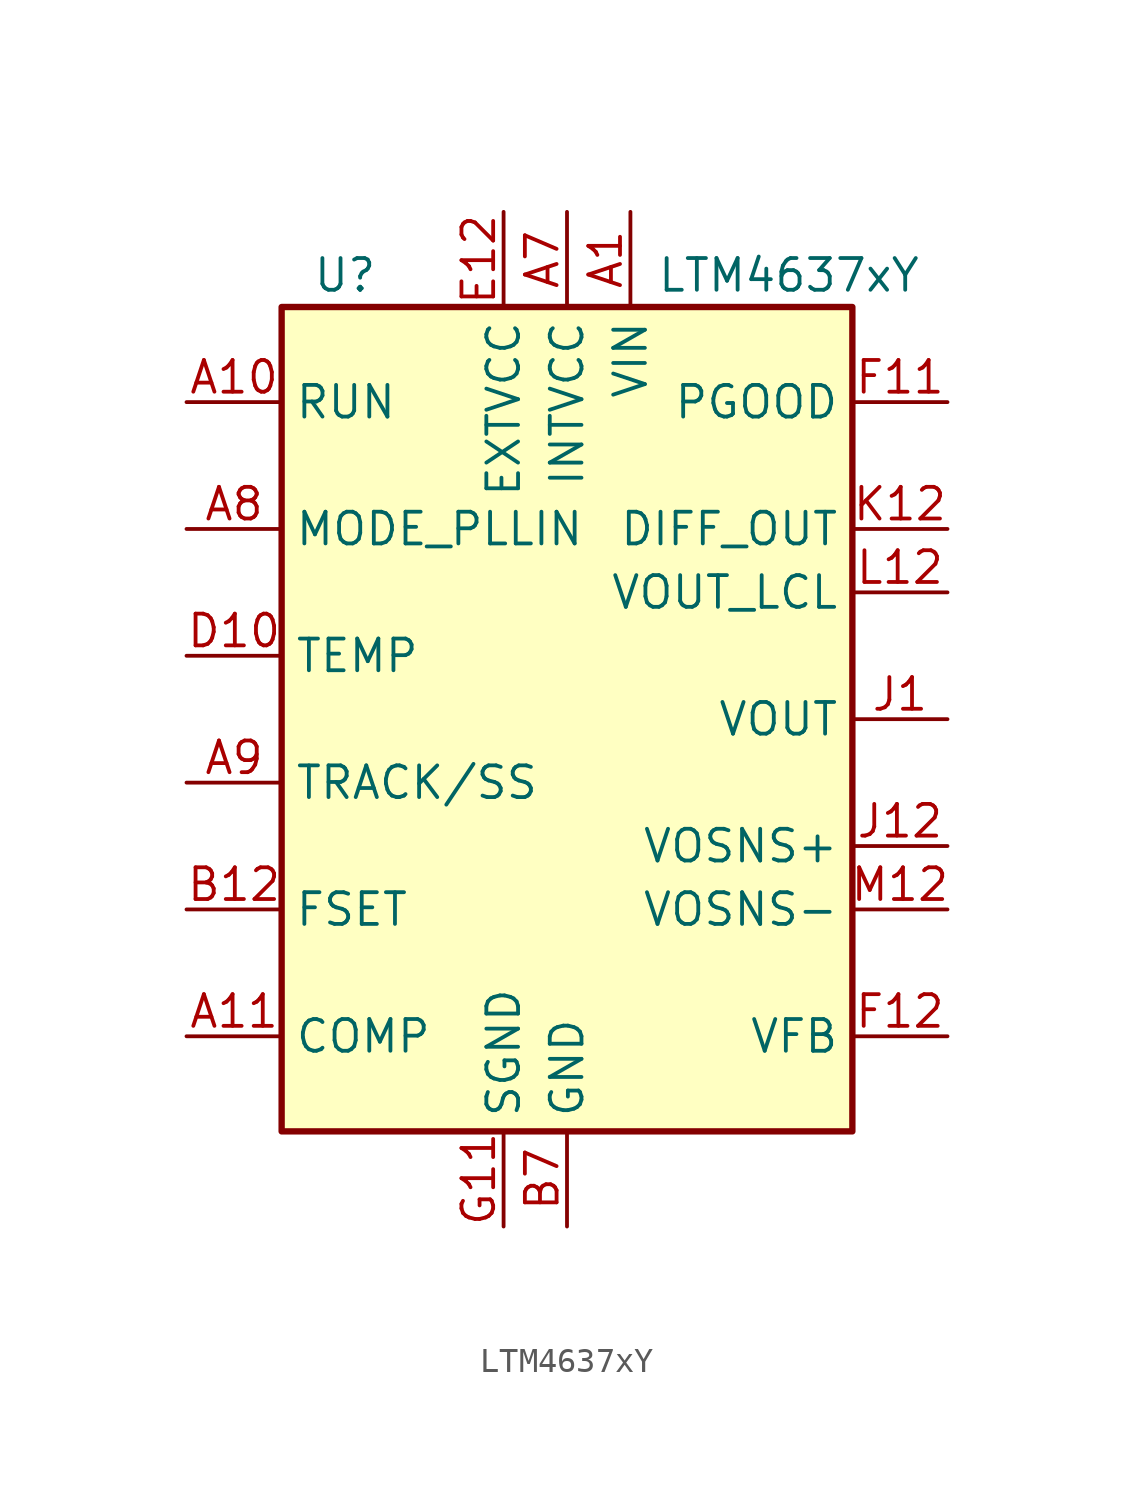
<source format=kicad_sym>
(kicad_symbol_lib
  (version 20201005)
  (generator kicad_symbol_editor)
  (symbol "Regulator_Switching:LTM4637xY"
    (property "Reference" "U"
      (at -8.89 17.78 0)
      (effects (font (size 1.27 1.27))))
    (property "Value" "LTM4637xY"
      (at 8.89 17.78 0)
      (effects (font (size 1.27 1.27))))
    (symbol "LTM4637xY_0_1"
      (rectangle (start 11.43 16.51) (end -11.43 -16.51) (stroke (width 0.254)) (fill (type background))))
    (symbol "LTM4637xY_1_1"
      (pin power_in line (at 2.54 20.32 270) (length 3.81) (name "VIN" (effects (font (size 1.27 1.27)))) (number "A1" (effects (font (size 1.27 1.27)))))
      (pin input line (at -15.24 12.7 0) (length 3.81) (name "RUN" (effects (font (size 1.27 1.27)))) (number "A10" (effects (font (size 1.27 1.27)))))
      (pin passive line (at -15.24 -12.7 0) (length 3.81) (name "COMP" (effects (font (size 1.27 1.27)))) (number "A11" (effects (font (size 1.27 1.27)))))
      (pin no_connect line (at -10.16 -15.24 90) (length 2.54) hide (name "MTP1" (effects (font (size 1.27 1.27)))) (number "A12" (effects (font (size 1.27 1.27)))))
      (pin passive line (at 2.54 20.32 270) (length 3.81) hide (name "VIN" (effects (font (size 1.27 1.27)))) (number "A2" (effects (font (size 1.27 1.27)))))
      (pin passive line (at 2.54 20.32 270) (length 3.81) hide (name "VIN" (effects (font (size 1.27 1.27)))) (number "A3" (effects (font (size 1.27 1.27)))))
      (pin passive line (at 2.54 20.32 270) (length 3.81) hide (name "VIN" (effects (font (size 1.27 1.27)))) (number "A4" (effects (font (size 1.27 1.27)))))
      (pin passive line (at 2.54 20.32 270) (length 3.81) hide (name "VIN" (effects (font (size 1.27 1.27)))) (number "A5" (effects (font (size 1.27 1.27)))))
      (pin passive line (at 2.54 20.32 270) (length 3.81) hide (name "VIN" (effects (font (size 1.27 1.27)))) (number "A6" (effects (font (size 1.27 1.27)))))
      (pin power_out line (at 0 20.32 270) (length 3.81) (name "INTVCC" (effects (font (size 1.27 1.27)))) (number "A7" (effects (font (size 1.27 1.27)))))
      (pin input line (at -15.24 7.62 0) (length 3.81) (name "MODE_PLLIN" (effects (font (size 1.27 1.27)))) (number "A8" (effects (font (size 1.27 1.27)))))
      (pin passive line (at -15.24 -2.54 0) (length 3.81) (name "TRACK/SS" (effects (font (size 1.27 1.27)))) (number "A9" (effects (font (size 1.27 1.27)))))
      (pin passive line (at 2.54 20.32 270) (length 3.81) hide (name "VIN" (effects (font (size 1.27 1.27)))) (number "B1" (effects (font (size 1.27 1.27)))))
      (pin no_connect line (at -7.62 -15.24 90) (length 2.54) hide (name "MTP2" (effects (font (size 1.27 1.27)))) (number "B11" (effects (font (size 1.27 1.27)))))
      (pin passive line (at -15.24 -7.62 0) (length 3.81) (name "FSET" (effects (font (size 1.27 1.27)))) (number "B12" (effects (font (size 1.27 1.27)))))
      (pin passive line (at 2.54 20.32 270) (length 3.81) hide (name "VIN" (effects (font (size 1.27 1.27)))) (number "B2" (effects (font (size 1.27 1.27)))))
      (pin passive line (at 2.54 20.32 270) (length 3.81) hide (name "VIN" (effects (font (size 1.27 1.27)))) (number "B3" (effects (font (size 1.27 1.27)))))
      (pin passive line (at 2.54 20.32 270) (length 3.81) hide (name "VIN" (effects (font (size 1.27 1.27)))) (number "B4" (effects (font (size 1.27 1.27)))))
      (pin passive line (at 2.54 20.32 270) (length 3.81) hide (name "VIN" (effects (font (size 1.27 1.27)))) (number "B5" (effects (font (size 1.27 1.27)))))
      (pin passive line (at 2.54 20.32 270) (length 3.81) hide (name "VIN" (effects (font (size 1.27 1.27)))) (number "B6" (effects (font (size 1.27 1.27)))))
      (pin power_in line (at 0 -20.32 90) (length 3.81) (name "GND" (effects (font (size 1.27 1.27)))) (number "B7" (effects (font (size 1.27 1.27)))))
      (pin passive line (at 0 -20.32 90) (length 3.81) hide (name "GND" (effects (font (size 1.27 1.27)))) (number "B9" (effects (font (size 1.27 1.27)))))
      (pin passive line (at 2.54 20.32 270) (length 3.81) hide (name "VIN" (effects (font (size 1.27 1.27)))) (number "C1" (effects (font (size 1.27 1.27)))))
      (pin no_connect line (at -5.08 -15.24 90) (length 2.54) hide (name "MTP3" (effects (font (size 1.27 1.27)))) (number "C10" (effects (font (size 1.27 1.27)))))
      (pin no_connect line (at 2.54 -15.24 90) (length 2.54) hide (name "MTP4" (effects (font (size 1.27 1.27)))) (number "C11" (effects (font (size 1.27 1.27)))))
      (pin no_connect line (at 5.08 -15.24 90) (length 2.54) hide (name "MTP5" (effects (font (size 1.27 1.27)))) (number "C12" (effects (font (size 1.27 1.27)))))
      (pin passive line (at 2.54 20.32 270) (length 3.81) hide (name "VIN" (effects (font (size 1.27 1.27)))) (number "C2" (effects (font (size 1.27 1.27)))))
      (pin passive line (at 2.54 20.32 270) (length 3.81) hide (name "VIN" (effects (font (size 1.27 1.27)))) (number "C3" (effects (font (size 1.27 1.27)))))
      (pin passive line (at 2.54 20.32 270) (length 3.81) hide (name "VIN" (effects (font (size 1.27 1.27)))) (number "C4" (effects (font (size 1.27 1.27)))))
      (pin passive line (at 2.54 20.32 270) (length 3.81) hide (name "VIN" (effects (font (size 1.27 1.27)))) (number "C5" (effects (font (size 1.27 1.27)))))
      (pin passive line (at 2.54 20.32 270) (length 3.81) hide (name "VIN" (effects (font (size 1.27 1.27)))) (number "C6" (effects (font (size 1.27 1.27)))))
      (pin passive line (at 0 -20.32 90) (length 3.81) hide (name "GND" (effects (font (size 1.27 1.27)))) (number "C7" (effects (font (size 1.27 1.27)))))
      (pin passive line (at 0 -20.32 90) (length 3.81) hide (name "GND" (effects (font (size 1.27 1.27)))) (number "C9" (effects (font (size 1.27 1.27)))))
      (pin passive line (at 0 -20.32 90) (length 3.81) hide (name "GND" (effects (font (size 1.27 1.27)))) (number "D1" (effects (font (size 1.27 1.27)))))
      (pin passive line (at -15.24 2.54 0) (length 3.81) (name "TEMP" (effects (font (size 1.27 1.27)))) (number "D10" (effects (font (size 1.27 1.27)))))
      (pin no_connect line (at 7.62 -15.24 90) (length 2.54) hide (name "MTP6" (effects (font (size 1.27 1.27)))) (number "D11" (effects (font (size 1.27 1.27)))))
      (pin no_connect line (at 10.16 -15.24 90) (length 2.54) hide (name "MTP7" (effects (font (size 1.27 1.27)))) (number "D12" (effects (font (size 1.27 1.27)))))
      (pin passive line (at 0 -20.32 90) (length 3.81) hide (name "GND" (effects (font (size 1.27 1.27)))) (number "D2" (effects (font (size 1.27 1.27)))))
      (pin passive line (at 0 -20.32 90) (length 3.81) hide (name "GND" (effects (font (size 1.27 1.27)))) (number "D3" (effects (font (size 1.27 1.27)))))
      (pin passive line (at 0 -20.32 90) (length 3.81) hide (name "GND" (effects (font (size 1.27 1.27)))) (number "D4" (effects (font (size 1.27 1.27)))))
      (pin passive line (at 0 -20.32 90) (length 3.81) hide (name "GND" (effects (font (size 1.27 1.27)))) (number "D5" (effects (font (size 1.27 1.27)))))
      (pin passive line (at 0 -20.32 90) (length 3.81) hide (name "GND" (effects (font (size 1.27 1.27)))) (number "D6" (effects (font (size 1.27 1.27)))))
      (pin passive line (at 0 -20.32 90) (length 3.81) hide (name "GND" (effects (font (size 1.27 1.27)))) (number "D8" (effects (font (size 1.27 1.27)))))
      (pin passive line (at 0 20.32 270) (length 3.81) hide (name "INTVCC" (effects (font (size 1.27 1.27)))) (number "D9" (effects (font (size 1.27 1.27)))))
      (pin passive line (at 0 -20.32 90) (length 3.81) hide (name "GND" (effects (font (size 1.27 1.27)))) (number "E1" (effects (font (size 1.27 1.27)))))
      (pin power_in line (at -2.54 20.32 270) (length 3.81) (name "EXTVCC" (effects (font (size 1.27 1.27)))) (number "E12" (effects (font (size 1.27 1.27)))))
      (pin passive line (at 0 -20.32 90) (length 3.81) hide (name "GND" (effects (font (size 1.27 1.27)))) (number "E2" (effects (font (size 1.27 1.27)))))
      (pin passive line (at 0 -20.32 90) (length 3.81) hide (name "GND" (effects (font (size 1.27 1.27)))) (number "E3" (effects (font (size 1.27 1.27)))))
      (pin passive line (at 0 -20.32 90) (length 3.81) hide (name "GND" (effects (font (size 1.27 1.27)))) (number "E4" (effects (font (size 1.27 1.27)))))
      (pin passive line (at 0 -20.32 90) (length 3.81) hide (name "GND" (effects (font (size 1.27 1.27)))) (number "E5" (effects (font (size 1.27 1.27)))))
      (pin passive line (at 0 -20.32 90) (length 3.81) hide (name "GND" (effects (font (size 1.27 1.27)))) (number "E6" (effects (font (size 1.27 1.27)))))
      (pin passive line (at 0 -20.32 90) (length 3.81) hide (name "GND" (effects (font (size 1.27 1.27)))) (number "E7" (effects (font (size 1.27 1.27)))))
      (pin passive line (at 0 -20.32 90) (length 3.81) hide (name "GND" (effects (font (size 1.27 1.27)))) (number "E9" (effects (font (size 1.27 1.27)))))
      (pin passive line (at 0 -20.32 90) (length 3.81) hide (name "GND" (effects (font (size 1.27 1.27)))) (number "F1" (effects (font (size 1.27 1.27)))))
      (pin open_collector line (at 15.24 12.7 180) (length 3.81) (name "PGOOD" (effects (font (size 1.27 1.27)))) (number "F11" (effects (font (size 1.27 1.27)))))
      (pin input line (at 15.24 -12.7 180) (length 3.81) (name "VFB" (effects (font (size 1.27 1.27)))) (number "F12" (effects (font (size 1.27 1.27)))))
      (pin passive line (at 0 -20.32 90) (length 3.81) hide (name "GND" (effects (font (size 1.27 1.27)))) (number "F2" (effects (font (size 1.27 1.27)))))
      (pin passive line (at 0 -20.32 90) (length 3.81) hide (name "GND" (effects (font (size 1.27 1.27)))) (number "F3" (effects (font (size 1.27 1.27)))))
      (pin passive line (at 0 -20.32 90) (length 3.81) hide (name "GND" (effects (font (size 1.27 1.27)))) (number "F4" (effects (font (size 1.27 1.27)))))
      (pin passive line (at 0 -20.32 90) (length 3.81) hide (name "GND" (effects (font (size 1.27 1.27)))) (number "F5" (effects (font (size 1.27 1.27)))))
      (pin passive line (at 0 -20.32 90) (length 3.81) hide (name "GND" (effects (font (size 1.27 1.27)))) (number "F6" (effects (font (size 1.27 1.27)))))
      (pin passive line (at 0 -20.32 90) (length 3.81) hide (name "GND" (effects (font (size 1.27 1.27)))) (number "F7" (effects (font (size 1.27 1.27)))))
      (pin passive line (at 0 -20.32 90) (length 3.81) hide (name "GND" (effects (font (size 1.27 1.27)))) (number "F8" (effects (font (size 1.27 1.27)))))
      (pin passive line (at 0 -20.32 90) (length 3.81) hide (name "GND" (effects (font (size 1.27 1.27)))) (number "F9" (effects (font (size 1.27 1.27)))))
      (pin passive line (at 0 -20.32 90) (length 3.81) hide (name "GND" (effects (font (size 1.27 1.27)))) (number "G1" (effects (font (size 1.27 1.27)))))
      (pin power_in line (at -2.54 -20.32 90) (length 3.81) (name "SGND" (effects (font (size 1.27 1.27)))) (number "G11" (effects (font (size 1.27 1.27)))))
      (pin open_collector line (at 15.24 12.7 180) (length 3.81) hide (name "PGOOD" (effects (font (size 1.27 1.27)))) (number "G12" (effects (font (size 1.27 1.27)))))
      (pin passive line (at 0 -20.32 90) (length 3.81) hide (name "GND" (effects (font (size 1.27 1.27)))) (number "G2" (effects (font (size 1.27 1.27)))))
      (pin passive line (at 0 -20.32 90) (length 3.81) hide (name "GND" (effects (font (size 1.27 1.27)))) (number "G3" (effects (font (size 1.27 1.27)))))
      (pin passive line (at 0 -20.32 90) (length 3.81) hide (name "GND" (effects (font (size 1.27 1.27)))) (number "G4" (effects (font (size 1.27 1.27)))))
      (pin passive line (at 0 -20.32 90) (length 3.81) hide (name "GND" (effects (font (size 1.27 1.27)))) (number "G5" (effects (font (size 1.27 1.27)))))
      (pin passive line (at 0 -20.32 90) (length 3.81) hide (name "GND" (effects (font (size 1.27 1.27)))) (number "G6" (effects (font (size 1.27 1.27)))))
      (pin passive line (at 0 -20.32 90) (length 3.81) hide (name "GND" (effects (font (size 1.27 1.27)))) (number "G7" (effects (font (size 1.27 1.27)))))
      (pin passive line (at 0 -20.32 90) (length 3.81) hide (name "GND" (effects (font (size 1.27 1.27)))) (number "G8" (effects (font (size 1.27 1.27)))))
      (pin passive line (at 0 -20.32 90) (length 3.81) hide (name "GND" (effects (font (size 1.27 1.27)))) (number "G9" (effects (font (size 1.27 1.27)))))
      (pin passive line (at 0 -20.32 90) (length 3.81) hide (name "GND" (effects (font (size 1.27 1.27)))) (number "H1" (effects (font (size 1.27 1.27)))))
      (pin passive line (at -2.54 -20.32 90) (length 3.81) hide (name "SGND" (effects (font (size 1.27 1.27)))) (number "H11" (effects (font (size 1.27 1.27)))))
      (pin passive line (at -2.54 -20.32 90) (length 3.81) hide (name "SGND" (effects (font (size 1.27 1.27)))) (number "H12" (effects (font (size 1.27 1.27)))))
      (pin passive line (at 0 -20.32 90) (length 3.81) hide (name "GND" (effects (font (size 1.27 1.27)))) (number "H2" (effects (font (size 1.27 1.27)))))
      (pin passive line (at 0 -20.32 90) (length 3.81) hide (name "GND" (effects (font (size 1.27 1.27)))) (number "H3" (effects (font (size 1.27 1.27)))))
      (pin passive line (at 0 -20.32 90) (length 3.81) hide (name "GND" (effects (font (size 1.27 1.27)))) (number "H4" (effects (font (size 1.27 1.27)))))
      (pin passive line (at 0 -20.32 90) (length 3.81) hide (name "GND" (effects (font (size 1.27 1.27)))) (number "H5" (effects (font (size 1.27 1.27)))))
      (pin passive line (at 0 -20.32 90) (length 3.81) hide (name "GND" (effects (font (size 1.27 1.27)))) (number "H6" (effects (font (size 1.27 1.27)))))
      (pin passive line (at 0 -20.32 90) (length 3.81) hide (name "GND" (effects (font (size 1.27 1.27)))) (number "H7" (effects (font (size 1.27 1.27)))))
      (pin passive line (at 0 -20.32 90) (length 3.81) hide (name "GND" (effects (font (size 1.27 1.27)))) (number "H8" (effects (font (size 1.27 1.27)))))
      (pin passive line (at 0 -20.32 90) (length 3.81) hide (name "GND" (effects (font (size 1.27 1.27)))) (number "H9" (effects (font (size 1.27 1.27)))))
      (pin power_out line (at 15.24 0 180) (length 3.81) (name "VOUT" (effects (font (size 1.27 1.27)))) (number "J1" (effects (font (size 1.27 1.27)))))
      (pin passive line (at 15.24 0 180) (length 3.81) hide (name "VOUT" (effects (font (size 1.27 1.27)))) (number "J10" (effects (font (size 1.27 1.27)))))
      (pin input line (at 15.24 -5.08 180) (length 3.81) (name "VOSNS+" (effects (font (size 1.27 1.27)))) (number "J12" (effects (font (size 1.27 1.27)))))
      (pin passive line (at 15.24 0 180) (length 3.81) hide (name "VOUT" (effects (font (size 1.27 1.27)))) (number "J2" (effects (font (size 1.27 1.27)))))
      (pin passive line (at 15.24 0 180) (length 3.81) hide (name "VOUT" (effects (font (size 1.27 1.27)))) (number "J3" (effects (font (size 1.27 1.27)))))
      (pin passive line (at 15.24 0 180) (length 3.81) hide (name "VOUT" (effects (font (size 1.27 1.27)))) (number "J4" (effects (font (size 1.27 1.27)))))
      (pin passive line (at 15.24 0 180) (length 3.81) hide (name "VOUT" (effects (font (size 1.27 1.27)))) (number "J5" (effects (font (size 1.27 1.27)))))
      (pin passive line (at 15.24 0 180) (length 3.81) hide (name "VOUT" (effects (font (size 1.27 1.27)))) (number "J6" (effects (font (size 1.27 1.27)))))
      (pin passive line (at 15.24 0 180) (length 3.81) hide (name "VOUT" (effects (font (size 1.27 1.27)))) (number "J7" (effects (font (size 1.27 1.27)))))
      (pin passive line (at 15.24 0 180) (length 3.81) hide (name "VOUT" (effects (font (size 1.27 1.27)))) (number "J8" (effects (font (size 1.27 1.27)))))
      (pin passive line (at 15.24 0 180) (length 3.81) hide (name "VOUT" (effects (font (size 1.27 1.27)))) (number "J9" (effects (font (size 1.27 1.27)))))
      (pin passive line (at 15.24 0 180) (length 3.81) hide (name "VOUT" (effects (font (size 1.27 1.27)))) (number "K1" (effects (font (size 1.27 1.27)))))
      (pin passive line (at 15.24 0 180) (length 3.81) hide (name "VOUT" (effects (font (size 1.27 1.27)))) (number "K10" (effects (font (size 1.27 1.27)))))
      (pin passive line (at 15.24 0 180) (length 3.81) hide (name "VOUT" (effects (font (size 1.27 1.27)))) (number "K11" (effects (font (size 1.27 1.27)))))
      (pin output line (at 15.24 7.62 180) (length 3.81) (name "DIFF_OUT" (effects (font (size 1.27 1.27)))) (number "K12" (effects (font (size 1.27 1.27)))))
      (pin passive line (at 15.24 0 180) (length 3.81) hide (name "VOUT" (effects (font (size 1.27 1.27)))) (number "K2" (effects (font (size 1.27 1.27)))))
      (pin passive line (at 15.24 0 180) (length 3.81) hide (name "VOUT" (effects (font (size 1.27 1.27)))) (number "K3" (effects (font (size 1.27 1.27)))))
      (pin passive line (at 15.24 0 180) (length 3.81) hide (name "VOUT" (effects (font (size 1.27 1.27)))) (number "K4" (effects (font (size 1.27 1.27)))))
      (pin passive line (at 15.24 0 180) (length 3.81) hide (name "VOUT" (effects (font (size 1.27 1.27)))) (number "K5" (effects (font (size 1.27 1.27)))))
      (pin passive line (at 15.24 0 180) (length 3.81) hide (name "VOUT" (effects (font (size 1.27 1.27)))) (number "K6" (effects (font (size 1.27 1.27)))))
      (pin passive line (at 15.24 0 180) (length 3.81) hide (name "VOUT" (effects (font (size 1.27 1.27)))) (number "K7" (effects (font (size 1.27 1.27)))))
      (pin passive line (at 15.24 0 180) (length 3.81) hide (name "VOUT" (effects (font (size 1.27 1.27)))) (number "K8" (effects (font (size 1.27 1.27)))))
      (pin passive line (at 15.24 0 180) (length 3.81) hide (name "VOUT" (effects (font (size 1.27 1.27)))) (number "K9" (effects (font (size 1.27 1.27)))))
      (pin passive line (at 15.24 0 180) (length 3.81) hide (name "VOUT" (effects (font (size 1.27 1.27)))) (number "L1" (effects (font (size 1.27 1.27)))))
      (pin passive line (at 15.24 0 180) (length 3.81) hide (name "VOUT" (effects (font (size 1.27 1.27)))) (number "L10" (effects (font (size 1.27 1.27)))))
      (pin passive line (at 15.24 0 180) (length 3.81) hide (name "VOUT" (effects (font (size 1.27 1.27)))) (number "L11" (effects (font (size 1.27 1.27)))))
      (pin input line (at 15.24 5.08 180) (length 3.81) (name "VOUT_LCL" (effects (font (size 1.27 1.27)))) (number "L12" (effects (font (size 1.27 1.27)))))
      (pin passive line (at 15.24 0 180) (length 3.81) hide (name "VOUT" (effects (font (size 1.27 1.27)))) (number "L2" (effects (font (size 1.27 1.27)))))
      (pin passive line (at 15.24 0 180) (length 3.81) hide (name "VOUT" (effects (font (size 1.27 1.27)))) (number "L3" (effects (font (size 1.27 1.27)))))
      (pin passive line (at 15.24 0 180) (length 3.81) hide (name "VOUT" (effects (font (size 1.27 1.27)))) (number "L4" (effects (font (size 1.27 1.27)))))
      (pin passive line (at 15.24 0 180) (length 3.81) hide (name "VOUT" (effects (font (size 1.27 1.27)))) (number "L5" (effects (font (size 1.27 1.27)))))
      (pin passive line (at 15.24 0 180) (length 3.81) hide (name "VOUT" (effects (font (size 1.27 1.27)))) (number "L6" (effects (font (size 1.27 1.27)))))
      (pin passive line (at 15.24 0 180) (length 3.81) hide (name "VOUT" (effects (font (size 1.27 1.27)))) (number "L7" (effects (font (size 1.27 1.27)))))
      (pin passive line (at 15.24 0 180) (length 3.81) hide (name "VOUT" (effects (font (size 1.27 1.27)))) (number "L8" (effects (font (size 1.27 1.27)))))
      (pin passive line (at 15.24 0 180) (length 3.81) hide (name "VOUT" (effects (font (size 1.27 1.27)))) (number "L9" (effects (font (size 1.27 1.27)))))
      (pin passive line (at 15.24 0 180) (length 3.81) hide (name "VOUT" (effects (font (size 1.27 1.27)))) (number "M1" (effects (font (size 1.27 1.27)))))
      (pin passive line (at 15.24 0 180) (length 3.81) hide (name "VOUT" (effects (font (size 1.27 1.27)))) (number "M10" (effects (font (size 1.27 1.27)))))
      (pin passive line (at 15.24 0 180) (length 3.81) hide (name "VOUT" (effects (font (size 1.27 1.27)))) (number "M11" (effects (font (size 1.27 1.27)))))
      (pin input line (at 15.24 -7.62 180) (length 3.81) (name "VOSNS-" (effects (font (size 1.27 1.27)))) (number "M12" (effects (font (size 1.27 1.27)))))
      (pin passive line (at 15.24 0 180) (length 3.81) hide (name "VOUT" (effects (font (size 1.27 1.27)))) (number "M2" (effects (font (size 1.27 1.27)))))
      (pin passive line (at 15.24 0 180) (length 3.81) hide (name "VOUT" (effects (font (size 1.27 1.27)))) (number "M3" (effects (font (size 1.27 1.27)))))
      (pin passive line (at 15.24 0 180) (length 3.81) hide (name "VOUT" (effects (font (size 1.27 1.27)))) (number "M4" (effects (font (size 1.27 1.27)))))
      (pin passive line (at 15.24 0 180) (length 3.81) hide (name "VOUT" (effects (font (size 1.27 1.27)))) (number "M5" (effects (font (size 1.27 1.27)))))
      (pin passive line (at 15.24 0 180) (length 3.81) hide (name "VOUT" (effects (font (size 1.27 1.27)))) (number "M6" (effects (font (size 1.27 1.27)))))
      (pin passive line (at 15.24 0 180) (length 3.81) hide (name "VOUT" (effects (font (size 1.27 1.27)))) (number "M7" (effects (font (size 1.27 1.27)))))
      (pin passive line (at 15.24 0 180) (length 3.81) hide (name "VOUT" (effects (font (size 1.27 1.27)))) (number "M8" (effects (font (size 1.27 1.27)))))
      (pin passive line (at 15.24 0 180) (length 3.81) hide (name "VOUT" (effects (font (size 1.27 1.27)))) (number "M9" (effects (font (size 1.27 1.27))))))))
</source>
